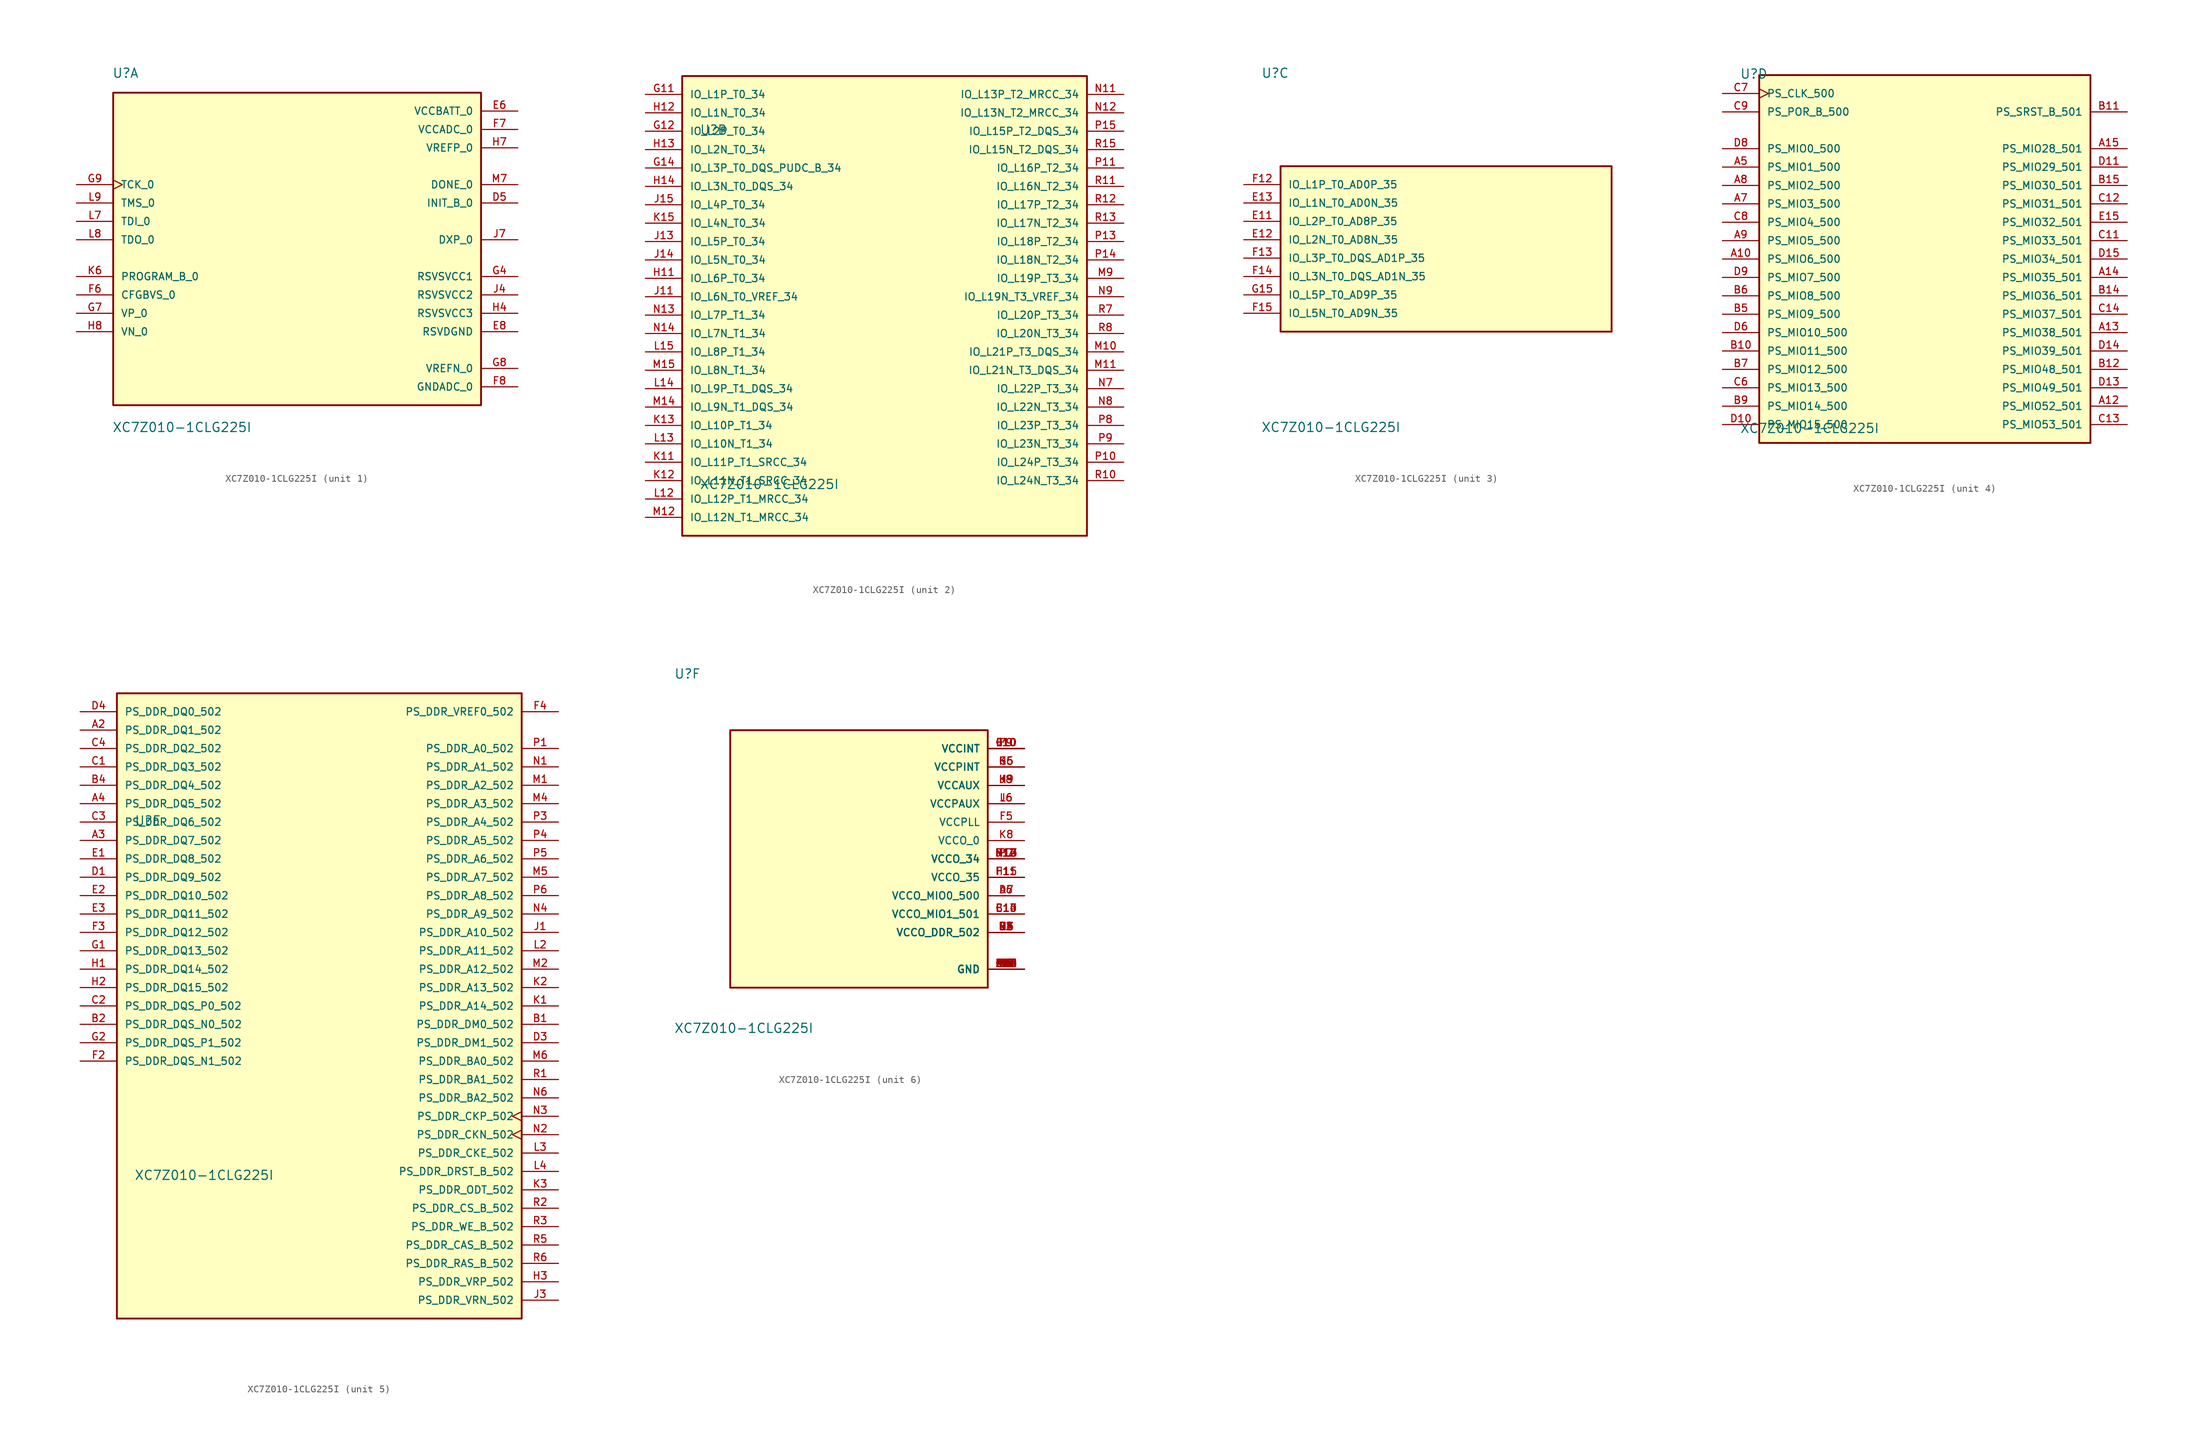
<source format=kicad_sym>
(kicad_symbol_lib
  (version 20231120)
  (generator "kicad_symbol_editor")
  (generator_version "8.0")
  (symbol "XC7Z010-1CLG225I"
    (pin_names
      (offset 1.016))
    (property "Reference" "U"
      (at -25.546 24.82 0)
      (effects (font (size 1.27 1.27)) (justify left bottom)))
    (property "Value" "XC7Z010-1CLG225I"
      (at -25.547 -24.125 0)
      (effects (font (size 1.27 1.27)) (justify left bottom)))
    (symbol "XC7Z010-1CLG225I_1_0"
      (rectangle (start -25.4 -20.32) (end 25.4 22.86) (stroke (width 0.254) (type default)) (fill (type background)))
      (pin bidirectional line (at 30.48 7.62 180) (length 5.08) (name "INIT_B_0" (effects (font (size 1.016 1.016)))) (number "D5" (effects (font (size 1.016 1.016)))))
      (pin power_in line (at 30.48 20.32 180) (length 5.08) (name "VCCBATT_0" (effects (font (size 1.016 1.016)))) (number "E6" (effects (font (size 1.016 1.016)))))
      (pin passive line (at 30.48 -10.16 180) (length 5.08) (name "RSVDGND" (effects (font (size 1.016 1.016)))) (number "E8" (effects (font (size 1.016 1.016)))))
      (pin input line (at -30.48 -5.08 0) (length 5.08) (name "CFGBVS_0" (effects (font (size 1.016 1.016)))) (number "F6" (effects (font (size 1.016 1.016)))))
      (pin power_in line (at 30.48 17.78 180) (length 5.08) (name "VCCADC_0" (effects (font (size 1.016 1.016)))) (number "F7" (effects (font (size 1.016 1.016)))))
      (pin power_in line (at 30.48 -17.78 180) (length 5.08) (name "GNDADC_0" (effects (font (size 1.016 1.016)))) (number "F8" (effects (font (size 1.016 1.016)))))
      (pin passive line (at 30.48 -2.54 180) (length 5.08) (name "RSVSVCC1" (effects (font (size 1.016 1.016)))) (number "G4" (effects (font (size 1.016 1.016)))))
      (pin input line (at -30.48 -7.62 0) (length 5.08) (name "VP_0" (effects (font (size 1.016 1.016)))) (number "G7" (effects (font (size 1.016 1.016)))))
      (pin power_in line (at 30.48 -15.24 180) (length 5.08) (name "VREFN_0" (effects (font (size 1.016 1.016)))) (number "G8" (effects (font (size 1.016 1.016)))))
      (pin input clock (at -30.48 10.16 0) (length 5.08) (name "TCK_0" (effects (font (size 1.016 1.016)))) (number "G9" (effects (font (size 1.016 1.016)))))
      (pin passive line (at 30.48 -7.62 180) (length 5.08) (name "RSVSVCC3" (effects (font (size 1.016 1.016)))) (number "H4" (effects (font (size 1.016 1.016)))))
      (pin power_in line (at 30.48 15.24 180) (length 5.08) (name "VREFP_0" (effects (font (size 1.016 1.016)))) (number "H7" (effects (font (size 1.016 1.016)))))
      (pin input line (at -30.48 -10.16 0) (length 5.08) (name "VN_0" (effects (font (size 1.016 1.016)))) (number "H8" (effects (font (size 1.016 1.016)))))
      (pin passive line (at 30.48 -5.08 180) (length 5.08) (name "RSVSVCC2" (effects (font (size 1.016 1.016)))) (number "J4" (effects (font (size 1.016 1.016)))))
      (pin output line (at 30.48 2.54 180) (length 5.08) (name "DXP_0" (effects (font (size 1.016 1.016)))) (number "J7" (effects (font (size 1.016 1.016)))))
      (pin input line (at -30.48 -2.54 0) (length 5.08) (name "PROGRAM_B_0" (effects (font (size 1.016 1.016)))) (number "K6" (effects (font (size 1.016 1.016)))))
      (pin input line (at -30.48 5.08 0) (length 5.08) (name "TDI_0" (effects (font (size 1.016 1.016)))) (number "L7" (effects (font (size 1.016 1.016)))))
      (pin output line (at -30.48 2.54 0) (length 5.08) (name "TDO_0" (effects (font (size 1.016 1.016)))) (number "L8" (effects (font (size 1.016 1.016)))))
      (pin input line (at -30.48 7.62 0) (length 5.08) (name "TMS_0" (effects (font (size 1.016 1.016)))) (number "L9" (effects (font (size 1.016 1.016)))))
      (pin bidirectional line (at 30.48 10.16 180) (length 5.08) (name "DONE_0" (effects (font (size 1.016 1.016)))) (number "M7" (effects (font (size 1.016 1.016))))))
    (symbol "XC7Z010-1CLG225I_2_0"
      (rectangle (start -27.94 -30.48) (end 27.94 33.02) (stroke (width 0.254) (type default)) (fill (type background)))
      (pin bidirectional line (at -33.02 30.48 0) (length 5.08) (name "IO_L1P_T0_34" (effects (font (size 1.016 1.016)))) (number "G11" (effects (font (size 1.016 1.016)))))
      (pin bidirectional line (at -33.02 25.4 0) (length 5.08) (name "IO_L2P_T0_34" (effects (font (size 1.016 1.016)))) (number "G12" (effects (font (size 1.016 1.016)))))
      (pin bidirectional line (at -33.02 20.32 0) (length 5.08) (name "IO_L3P_T0_DQS_PUDC_B_34" (effects (font (size 1.016 1.016)))) (number "G14" (effects (font (size 1.016 1.016)))))
      (pin bidirectional line (at -33.02 5.08 0) (length 5.08) (name "IO_L6P_T0_34" (effects (font (size 1.016 1.016)))) (number "H11" (effects (font (size 1.016 1.016)))))
      (pin bidirectional line (at -33.02 27.94 0) (length 5.08) (name "IO_L1N_T0_34" (effects (font (size 1.016 1.016)))) (number "H12" (effects (font (size 1.016 1.016)))))
      (pin bidirectional line (at -33.02 22.86 0) (length 5.08) (name "IO_L2N_T0_34" (effects (font (size 1.016 1.016)))) (number "H13" (effects (font (size 1.016 1.016)))))
      (pin bidirectional line (at -33.02 17.78 0) (length 5.08) (name "IO_L3N_T0_DQS_34" (effects (font (size 1.016 1.016)))) (number "H14" (effects (font (size 1.016 1.016)))))
      (pin bidirectional line (at -33.02 2.54 0) (length 5.08) (name "IO_L6N_T0_VREF_34" (effects (font (size 1.016 1.016)))) (number "J11" (effects (font (size 1.016 1.016)))))
      (pin bidirectional line (at -33.02 10.16 0) (length 5.08) (name "IO_L5P_T0_34" (effects (font (size 1.016 1.016)))) (number "J13" (effects (font (size 1.016 1.016)))))
      (pin bidirectional line (at -33.02 7.62 0) (length 5.08) (name "IO_L5N_T0_34" (effects (font (size 1.016 1.016)))) (number "J14" (effects (font (size 1.016 1.016)))))
      (pin bidirectional line (at -33.02 15.24 0) (length 5.08) (name "IO_L4P_T0_34" (effects (font (size 1.016 1.016)))) (number "J15" (effects (font (size 1.016 1.016)))))
      (pin bidirectional line (at -33.02 -20.32 0) (length 5.08) (name "IO_L11P_T1_SRCC_34" (effects (font (size 1.016 1.016)))) (number "K11" (effects (font (size 1.016 1.016)))))
      (pin bidirectional line (at -33.02 -22.86 0) (length 5.08) (name "IO_L11N_T1_SRCC_34" (effects (font (size 1.016 1.016)))) (number "K12" (effects (font (size 1.016 1.016)))))
      (pin bidirectional line (at -33.02 -15.24 0) (length 5.08) (name "IO_L10P_T1_34" (effects (font (size 1.016 1.016)))) (number "K13" (effects (font (size 1.016 1.016)))))
      (pin bidirectional line (at -33.02 12.7 0) (length 5.08) (name "IO_L4N_T0_34" (effects (font (size 1.016 1.016)))) (number "K15" (effects (font (size 1.016 1.016)))))
      (pin bidirectional line (at -33.02 -25.4 0) (length 5.08) (name "IO_L12P_T1_MRCC_34" (effects (font (size 1.016 1.016)))) (number "L12" (effects (font (size 1.016 1.016)))))
      (pin bidirectional line (at -33.02 -17.78 0) (length 5.08) (name "IO_L10N_T1_34" (effects (font (size 1.016 1.016)))) (number "L13" (effects (font (size 1.016 1.016)))))
      (pin bidirectional line (at -33.02 -10.16 0) (length 5.08) (name "IO_L9P_T1_DQS_34" (effects (font (size 1.016 1.016)))) (number "L14" (effects (font (size 1.016 1.016)))))
      (pin bidirectional line (at -33.02 -5.08 0) (length 5.08) (name "IO_L8P_T1_34" (effects (font (size 1.016 1.016)))) (number "L15" (effects (font (size 1.016 1.016)))))
      (pin bidirectional line (at 33.02 -5.08 180) (length 5.08) (name "IO_L21P_T3_DQS_34" (effects (font (size 1.016 1.016)))) (number "M10" (effects (font (size 1.016 1.016)))))
      (pin bidirectional line (at 33.02 -7.62 180) (length 5.08) (name "IO_L21N_T3_DQS_34" (effects (font (size 1.016 1.016)))) (number "M11" (effects (font (size 1.016 1.016)))))
      (pin bidirectional line (at -33.02 -27.94 0) (length 5.08) (name "IO_L12N_T1_MRCC_34" (effects (font (size 1.016 1.016)))) (number "M12" (effects (font (size 1.016 1.016)))))
      (pin bidirectional line (at -33.02 -12.7 0) (length 5.08) (name "IO_L9N_T1_DQS_34" (effects (font (size 1.016 1.016)))) (number "M14" (effects (font (size 1.016 1.016)))))
      (pin bidirectional line (at -33.02 -7.62 0) (length 5.08) (name "IO_L8N_T1_34" (effects (font (size 1.016 1.016)))) (number "M15" (effects (font (size 1.016 1.016)))))
      (pin bidirectional line (at 33.02 5.08 180) (length 5.08) (name "IO_L19P_T3_34" (effects (font (size 1.016 1.016)))) (number "M9" (effects (font (size 1.016 1.016)))))
      (pin bidirectional line (at 33.02 30.48 180) (length 5.08) (name "IO_L13P_T2_MRCC_34" (effects (font (size 1.016 1.016)))) (number "N11" (effects (font (size 1.016 1.016)))))
      (pin bidirectional line (at 33.02 27.94 180) (length 5.08) (name "IO_L13N_T2_MRCC_34" (effects (font (size 1.016 1.016)))) (number "N12" (effects (font (size 1.016 1.016)))))
      (pin bidirectional line (at -33.02 0 0) (length 5.08) (name "IO_L7P_T1_34" (effects (font (size 1.016 1.016)))) (number "N13" (effects (font (size 1.016 1.016)))))
      (pin bidirectional line (at -33.02 -2.54 0) (length 5.08) (name "IO_L7N_T1_34" (effects (font (size 1.016 1.016)))) (number "N14" (effects (font (size 1.016 1.016)))))
      (pin bidirectional line (at 33.02 -10.16 180) (length 5.08) (name "IO_L22P_T3_34" (effects (font (size 1.016 1.016)))) (number "N7" (effects (font (size 1.016 1.016)))))
      (pin bidirectional line (at 33.02 -12.7 180) (length 5.08) (name "IO_L22N_T3_34" (effects (font (size 1.016 1.016)))) (number "N8" (effects (font (size 1.016 1.016)))))
      (pin bidirectional line (at 33.02 2.54 180) (length 5.08) (name "IO_L19N_T3_VREF_34" (effects (font (size 1.016 1.016)))) (number "N9" (effects (font (size 1.016 1.016)))))
      (pin bidirectional line (at 33.02 -20.32 180) (length 5.08) (name "IO_L24P_T3_34" (effects (font (size 1.016 1.016)))) (number "P10" (effects (font (size 1.016 1.016)))))
      (pin bidirectional line (at 33.02 20.32 180) (length 5.08) (name "IO_L16P_T2_34" (effects (font (size 1.016 1.016)))) (number "P11" (effects (font (size 1.016 1.016)))))
      (pin bidirectional line (at 33.02 10.16 180) (length 5.08) (name "IO_L18P_T2_34" (effects (font (size 1.016 1.016)))) (number "P13" (effects (font (size 1.016 1.016)))))
      (pin bidirectional line (at 33.02 7.62 180) (length 5.08) (name "IO_L18N_T2_34" (effects (font (size 1.016 1.016)))) (number "P14" (effects (font (size 1.016 1.016)))))
      (pin bidirectional line (at 33.02 25.4 180) (length 5.08) (name "IO_L15P_T2_DQS_34" (effects (font (size 1.016 1.016)))) (number "P15" (effects (font (size 1.016 1.016)))))
      (pin bidirectional line (at 33.02 -15.24 180) (length 5.08) (name "IO_L23P_T3_34" (effects (font (size 1.016 1.016)))) (number "P8" (effects (font (size 1.016 1.016)))))
      (pin bidirectional line (at 33.02 -17.78 180) (length 5.08) (name "IO_L23N_T3_34" (effects (font (size 1.016 1.016)))) (number "P9" (effects (font (size 1.016 1.016)))))
      (pin bidirectional line (at 33.02 -22.86 180) (length 5.08) (name "IO_L24N_T3_34" (effects (font (size 1.016 1.016)))) (number "R10" (effects (font (size 1.016 1.016)))))
      (pin bidirectional line (at 33.02 17.78 180) (length 5.08) (name "IO_L16N_T2_34" (effects (font (size 1.016 1.016)))) (number "R11" (effects (font (size 1.016 1.016)))))
      (pin bidirectional line (at 33.02 15.24 180) (length 5.08) (name "IO_L17P_T2_34" (effects (font (size 1.016 1.016)))) (number "R12" (effects (font (size 1.016 1.016)))))
      (pin bidirectional line (at 33.02 12.7 180) (length 5.08) (name "IO_L17N_T2_34" (effects (font (size 1.016 1.016)))) (number "R13" (effects (font (size 1.016 1.016)))))
      (pin bidirectional line (at 33.02 22.86 180) (length 5.08) (name "IO_L15N_T2_DQS_34" (effects (font (size 1.016 1.016)))) (number "R15" (effects (font (size 1.016 1.016)))))
      (pin bidirectional line (at 33.02 0 180) (length 5.08) (name "IO_L20P_T3_34" (effects (font (size 1.016 1.016)))) (number "R7" (effects (font (size 1.016 1.016)))))
      (pin bidirectional line (at 33.02 -2.54 180) (length 5.08) (name "IO_L20N_T3_34" (effects (font (size 1.016 1.016)))) (number "R8" (effects (font (size 1.016 1.016))))))
    (symbol "XC7Z010-1CLG225I_3_0"
      (rectangle (start -22.86 -10.16) (end 22.86 12.7) (stroke (width 0.254) (type default)) (fill (type background)))
      (pin bidirectional line (at -27.94 5.08 0) (length 5.08) (name "IO_L2P_T0_AD8P_35" (effects (font (size 1.016 1.016)))) (number "E11" (effects (font (size 1.016 1.016)))))
      (pin bidirectional line (at -27.94 2.54 0) (length 5.08) (name "IO_L2N_T0_AD8N_35" (effects (font (size 1.016 1.016)))) (number "E12" (effects (font (size 1.016 1.016)))))
      (pin bidirectional line (at -27.94 7.62 0) (length 5.08) (name "IO_L1N_T0_AD0N_35" (effects (font (size 1.016 1.016)))) (number "E13" (effects (font (size 1.016 1.016)))))
      (pin bidirectional line (at -27.94 10.16 0) (length 5.08) (name "IO_L1P_T0_AD0P_35" (effects (font (size 1.016 1.016)))) (number "F12" (effects (font (size 1.016 1.016)))))
      (pin bidirectional line (at -27.94 0 0) (length 5.08) (name "IO_L3P_T0_DQS_AD1P_35" (effects (font (size 1.016 1.016)))) (number "F13" (effects (font (size 1.016 1.016)))))
      (pin bidirectional line (at -27.94 -2.54 0) (length 5.08) (name "IO_L3N_T0_DQS_AD1N_35" (effects (font (size 1.016 1.016)))) (number "F14" (effects (font (size 1.016 1.016)))))
      (pin bidirectional line (at -27.94 -7.62 0) (length 5.08) (name "IO_L5N_T0_AD9N_35" (effects (font (size 1.016 1.016)))) (number "F15" (effects (font (size 1.016 1.016)))))
      (pin bidirectional line (at -27.94 -5.08 0) (length 5.08) (name "IO_L5P_T0_AD9P_35" (effects (font (size 1.016 1.016)))) (number "G15" (effects (font (size 1.016 1.016))))))
    (symbol "XC7Z010-1CLG225I_4_0"
      (rectangle (start -22.86 -25.4) (end 22.86 25.4) (stroke (width 0.254) (type default)) (fill (type background)))
      (pin bidirectional line (at -27.94 0 0) (length 5.08) (name "PS_MIO6_500" (effects (font (size 1.016 1.016)))) (number "A10" (effects (font (size 1.016 1.016)))))
      (pin bidirectional line (at 27.94 -20.32 180) (length 5.08) (name "PS_MIO52_501" (effects (font (size 1.016 1.016)))) (number "A12" (effects (font (size 1.016 1.016)))))
      (pin bidirectional line (at 27.94 -10.16 180) (length 5.08) (name "PS_MIO38_501" (effects (font (size 1.016 1.016)))) (number "A13" (effects (font (size 1.016 1.016)))))
      (pin bidirectional line (at 27.94 -2.54 180) (length 5.08) (name "PS_MIO35_501" (effects (font (size 1.016 1.016)))) (number "A14" (effects (font (size 1.016 1.016)))))
      (pin bidirectional line (at 27.94 15.24 180) (length 5.08) (name "PS_MIO28_501" (effects (font (size 1.016 1.016)))) (number "A15" (effects (font (size 1.016 1.016)))))
      (pin bidirectional line (at -27.94 12.7 0) (length 5.08) (name "PS_MIO1_500" (effects (font (size 1.016 1.016)))) (number "A5" (effects (font (size 1.016 1.016)))))
      (pin bidirectional line (at -27.94 7.62 0) (length 5.08) (name "PS_MIO3_500" (effects (font (size 1.016 1.016)))) (number "A7" (effects (font (size 1.016 1.016)))))
      (pin bidirectional line (at -27.94 10.16 0) (length 5.08) (name "PS_MIO2_500" (effects (font (size 1.016 1.016)))) (number "A8" (effects (font (size 1.016 1.016)))))
      (pin bidirectional line (at -27.94 2.54 0) (length 5.08) (name "PS_MIO5_500" (effects (font (size 1.016 1.016)))) (number "A9" (effects (font (size 1.016 1.016)))))
      (pin bidirectional line (at -27.94 -12.7 0) (length 5.08) (name "PS_MIO11_500" (effects (font (size 1.016 1.016)))) (number "B10" (effects (font (size 1.016 1.016)))))
      (pin input line (at 27.94 20.32 180) (length 5.08) (name "PS_SRST_B_501" (effects (font (size 1.016 1.016)))) (number "B11" (effects (font (size 1.016 1.016)))))
      (pin bidirectional line (at 27.94 -15.24 180) (length 5.08) (name "PS_MIO48_501" (effects (font (size 1.016 1.016)))) (number "B12" (effects (font (size 1.016 1.016)))))
      (pin bidirectional line (at 27.94 -5.08 180) (length 5.08) (name "PS_MIO36_501" (effects (font (size 1.016 1.016)))) (number "B14" (effects (font (size 1.016 1.016)))))
      (pin bidirectional line (at 27.94 10.16 180) (length 5.08) (name "PS_MIO30_501" (effects (font (size 1.016 1.016)))) (number "B15" (effects (font (size 1.016 1.016)))))
      (pin bidirectional line (at -27.94 -7.62 0) (length 5.08) (name "PS_MIO9_500" (effects (font (size 1.016 1.016)))) (number "B5" (effects (font (size 1.016 1.016)))))
      (pin bidirectional line (at -27.94 -5.08 0) (length 5.08) (name "PS_MIO8_500" (effects (font (size 1.016 1.016)))) (number "B6" (effects (font (size 1.016 1.016)))))
      (pin bidirectional line (at -27.94 -15.24 0) (length 5.08) (name "PS_MIO12_500" (effects (font (size 1.016 1.016)))) (number "B7" (effects (font (size 1.016 1.016)))))
      (pin bidirectional line (at -27.94 -20.32 0) (length 5.08) (name "PS_MIO14_500" (effects (font (size 1.016 1.016)))) (number "B9" (effects (font (size 1.016 1.016)))))
      (pin bidirectional line (at 27.94 2.54 180) (length 5.08) (name "PS_MIO33_501" (effects (font (size 1.016 1.016)))) (number "C11" (effects (font (size 1.016 1.016)))))
      (pin bidirectional line (at 27.94 7.62 180) (length 5.08) (name "PS_MIO31_501" (effects (font (size 1.016 1.016)))) (number "C12" (effects (font (size 1.016 1.016)))))
      (pin bidirectional line (at 27.94 -22.86 180) (length 5.08) (name "PS_MIO53_501" (effects (font (size 1.016 1.016)))) (number "C13" (effects (font (size 1.016 1.016)))))
      (pin bidirectional line (at 27.94 -7.62 180) (length 5.08) (name "PS_MIO37_501" (effects (font (size 1.016 1.016)))) (number "C14" (effects (font (size 1.016 1.016)))))
      (pin bidirectional line (at -27.94 -17.78 0) (length 5.08) (name "PS_MIO13_500" (effects (font (size 1.016 1.016)))) (number "C6" (effects (font (size 1.016 1.016)))))
      (pin input clock (at -27.94 22.86 0) (length 5.08) (name "PS_CLK_500" (effects (font (size 1.016 1.016)))) (number "C7" (effects (font (size 1.016 1.016)))))
      (pin bidirectional line (at -27.94 5.08 0) (length 5.08) (name "PS_MIO4_500" (effects (font (size 1.016 1.016)))) (number "C8" (effects (font (size 1.016 1.016)))))
      (pin input line (at -27.94 20.32 0) (length 5.08) (name "PS_POR_B_500" (effects (font (size 1.016 1.016)))) (number "C9" (effects (font (size 1.016 1.016)))))
      (pin bidirectional line (at -27.94 -22.86 0) (length 5.08) (name "PS_MIO15_500" (effects (font (size 1.016 1.016)))) (number "D10" (effects (font (size 1.016 1.016)))))
      (pin bidirectional line (at 27.94 12.7 180) (length 5.08) (name "PS_MIO29_501" (effects (font (size 1.016 1.016)))) (number "D11" (effects (font (size 1.016 1.016)))))
      (pin bidirectional line (at 27.94 -17.78 180) (length 5.08) (name "PS_MIO49_501" (effects (font (size 1.016 1.016)))) (number "D13" (effects (font (size 1.016 1.016)))))
      (pin bidirectional line (at 27.94 -12.7 180) (length 5.08) (name "PS_MIO39_501" (effects (font (size 1.016 1.016)))) (number "D14" (effects (font (size 1.016 1.016)))))
      (pin bidirectional line (at 27.94 0 180) (length 5.08) (name "PS_MIO34_501" (effects (font (size 1.016 1.016)))) (number "D15" (effects (font (size 1.016 1.016)))))
      (pin bidirectional line (at -27.94 -10.16 0) (length 5.08) (name "PS_MIO10_500" (effects (font (size 1.016 1.016)))) (number "D6" (effects (font (size 1.016 1.016)))))
      (pin bidirectional line (at -27.94 15.24 0) (length 5.08) (name "PS_MIO0_500" (effects (font (size 1.016 1.016)))) (number "D8" (effects (font (size 1.016 1.016)))))
      (pin bidirectional line (at -27.94 -2.54 0) (length 5.08) (name "PS_MIO7_500" (effects (font (size 1.016 1.016)))) (number "D9" (effects (font (size 1.016 1.016)))))
      (pin bidirectional line (at 27.94 5.08 180) (length 5.08) (name "PS_MIO32_501" (effects (font (size 1.016 1.016)))) (number "E15" (effects (font (size 1.016 1.016))))))
    (symbol "XC7Z010-1CLG225I_5_0"
      (rectangle (start -27.94 -43.18) (end 27.94 43.18) (stroke (width 0.254) (type default)) (fill (type background)))
      (pin bidirectional line (at -33.02 38.1 0) (length 5.08) (name "PS_DDR_DQ1_502" (effects (font (size 1.016 1.016)))) (number "A2" (effects (font (size 1.016 1.016)))))
      (pin bidirectional line (at -33.02 22.86 0) (length 5.08) (name "PS_DDR_DQ7_502" (effects (font (size 1.016 1.016)))) (number "A3" (effects (font (size 1.016 1.016)))))
      (pin bidirectional line (at -33.02 27.94 0) (length 5.08) (name "PS_DDR_DQ5_502" (effects (font (size 1.016 1.016)))) (number "A4" (effects (font (size 1.016 1.016)))))
      (pin output line (at 33.02 -2.54 180) (length 5.08) (name "PS_DDR_DM0_502" (effects (font (size 1.016 1.016)))) (number "B1" (effects (font (size 1.016 1.016)))))
      (pin bidirectional line (at -33.02 -2.54 0) (length 5.08) (name "PS_DDR_DQS_N0_502" (effects (font (size 1.016 1.016)))) (number "B2" (effects (font (size 1.016 1.016)))))
      (pin bidirectional line (at -33.02 30.48 0) (length 5.08) (name "PS_DDR_DQ4_502" (effects (font (size 1.016 1.016)))) (number "B4" (effects (font (size 1.016 1.016)))))
      (pin bidirectional line (at -33.02 33.02 0) (length 5.08) (name "PS_DDR_DQ3_502" (effects (font (size 1.016 1.016)))) (number "C1" (effects (font (size 1.016 1.016)))))
      (pin bidirectional line (at -33.02 0 0) (length 5.08) (name "PS_DDR_DQS_P0_502" (effects (font (size 1.016 1.016)))) (number "C2" (effects (font (size 1.016 1.016)))))
      (pin bidirectional line (at -33.02 25.4 0) (length 5.08) (name "PS_DDR_DQ6_502" (effects (font (size 1.016 1.016)))) (number "C3" (effects (font (size 1.016 1.016)))))
      (pin bidirectional line (at -33.02 35.56 0) (length 5.08) (name "PS_DDR_DQ2_502" (effects (font (size 1.016 1.016)))) (number "C4" (effects (font (size 1.016 1.016)))))
      (pin bidirectional line (at -33.02 17.78 0) (length 5.08) (name "PS_DDR_DQ9_502" (effects (font (size 1.016 1.016)))) (number "D1" (effects (font (size 1.016 1.016)))))
      (pin output line (at 33.02 -5.08 180) (length 5.08) (name "PS_DDR_DM1_502" (effects (font (size 1.016 1.016)))) (number "D3" (effects (font (size 1.016 1.016)))))
      (pin bidirectional line (at -33.02 40.64 0) (length 5.08) (name "PS_DDR_DQ0_502" (effects (font (size 1.016 1.016)))) (number "D4" (effects (font (size 1.016 1.016)))))
      (pin bidirectional line (at -33.02 20.32 0) (length 5.08) (name "PS_DDR_DQ8_502" (effects (font (size 1.016 1.016)))) (number "E1" (effects (font (size 1.016 1.016)))))
      (pin bidirectional line (at -33.02 15.24 0) (length 5.08) (name "PS_DDR_DQ10_502" (effects (font (size 1.016 1.016)))) (number "E2" (effects (font (size 1.016 1.016)))))
      (pin bidirectional line (at -33.02 12.7 0) (length 5.08) (name "PS_DDR_DQ11_502" (effects (font (size 1.016 1.016)))) (number "E3" (effects (font (size 1.016 1.016)))))
      (pin bidirectional line (at -33.02 -7.62 0) (length 5.08) (name "PS_DDR_DQS_N1_502" (effects (font (size 1.016 1.016)))) (number "F2" (effects (font (size 1.016 1.016)))))
      (pin bidirectional line (at -33.02 10.16 0) (length 5.08) (name "PS_DDR_DQ12_502" (effects (font (size 1.016 1.016)))) (number "F3" (effects (font (size 1.016 1.016)))))
      (pin power_in line (at 33.02 40.64 180) (length 5.08) (name "PS_DDR_VREF0_502" (effects (font (size 1.016 1.016)))) (number "F4" (effects (font (size 1.016 1.016)))))
      (pin bidirectional line (at -33.02 7.62 0) (length 5.08) (name "PS_DDR_DQ13_502" (effects (font (size 1.016 1.016)))) (number "G1" (effects (font (size 1.016 1.016)))))
      (pin bidirectional line (at -33.02 -5.08 0) (length 5.08) (name "PS_DDR_DQS_P1_502" (effects (font (size 1.016 1.016)))) (number "G2" (effects (font (size 1.016 1.016)))))
      (pin bidirectional line (at -33.02 5.08 0) (length 5.08) (name "PS_DDR_DQ14_502" (effects (font (size 1.016 1.016)))) (number "H1" (effects (font (size 1.016 1.016)))))
      (pin bidirectional line (at -33.02 2.54 0) (length 5.08) (name "PS_DDR_DQ15_502" (effects (font (size 1.016 1.016)))) (number "H2" (effects (font (size 1.016 1.016)))))
      (pin output line (at 33.02 -38.1 180) (length 5.08) (name "PS_DDR_VRP_502" (effects (font (size 1.016 1.016)))) (number "H3" (effects (font (size 1.016 1.016)))))
      (pin output line (at 33.02 10.16 180) (length 5.08) (name "PS_DDR_A10_502" (effects (font (size 1.016 1.016)))) (number "J1" (effects (font (size 1.016 1.016)))))
      (pin output line (at 33.02 -40.64 180) (length 5.08) (name "PS_DDR_VRN_502" (effects (font (size 1.016 1.016)))) (number "J3" (effects (font (size 1.016 1.016)))))
      (pin output line (at 33.02 0 180) (length 5.08) (name "PS_DDR_A14_502" (effects (font (size 1.016 1.016)))) (number "K1" (effects (font (size 1.016 1.016)))))
      (pin output line (at 33.02 2.54 180) (length 5.08) (name "PS_DDR_A13_502" (effects (font (size 1.016 1.016)))) (number "K2" (effects (font (size 1.016 1.016)))))
      (pin output line (at 33.02 -25.4 180) (length 5.08) (name "PS_DDR_ODT_502" (effects (font (size 1.016 1.016)))) (number "K3" (effects (font (size 1.016 1.016)))))
      (pin output line (at 33.02 7.62 180) (length 5.08) (name "PS_DDR_A11_502" (effects (font (size 1.016 1.016)))) (number "L2" (effects (font (size 1.016 1.016)))))
      (pin output line (at 33.02 -20.32 180) (length 5.08) (name "PS_DDR_CKE_502" (effects (font (size 1.016 1.016)))) (number "L3" (effects (font (size 1.016 1.016)))))
      (pin output line (at 33.02 -22.86 180) (length 5.08) (name "PS_DDR_DRST_B_502" (effects (font (size 1.016 1.016)))) (number "L4" (effects (font (size 1.016 1.016)))))
      (pin output line (at 33.02 30.48 180) (length 5.08) (name "PS_DDR_A2_502" (effects (font (size 1.016 1.016)))) (number "M1" (effects (font (size 1.016 1.016)))))
      (pin output line (at 33.02 5.08 180) (length 5.08) (name "PS_DDR_A12_502" (effects (font (size 1.016 1.016)))) (number "M2" (effects (font (size 1.016 1.016)))))
      (pin output line (at 33.02 27.94 180) (length 5.08) (name "PS_DDR_A3_502" (effects (font (size 1.016 1.016)))) (number "M4" (effects (font (size 1.016 1.016)))))
      (pin output line (at 33.02 17.78 180) (length 5.08) (name "PS_DDR_A7_502" (effects (font (size 1.016 1.016)))) (number "M5" (effects (font (size 1.016 1.016)))))
      (pin output line (at 33.02 -7.62 180) (length 5.08) (name "PS_DDR_BA0_502" (effects (font (size 1.016 1.016)))) (number "M6" (effects (font (size 1.016 1.016)))))
      (pin output line (at 33.02 33.02 180) (length 5.08) (name "PS_DDR_A1_502" (effects (font (size 1.016 1.016)))) (number "N1" (effects (font (size 1.016 1.016)))))
      (pin output clock (at 33.02 -17.78 180) (length 5.08) (name "PS_DDR_CKN_502" (effects (font (size 1.016 1.016)))) (number "N2" (effects (font (size 1.016 1.016)))))
      (pin output clock (at 33.02 -15.24 180) (length 5.08) (name "PS_DDR_CKP_502" (effects (font (size 1.016 1.016)))) (number "N3" (effects (font (size 1.016 1.016)))))
      (pin output line (at 33.02 12.7 180) (length 5.08) (name "PS_DDR_A9_502" (effects (font (size 1.016 1.016)))) (number "N4" (effects (font (size 1.016 1.016)))))
      (pin output line (at 33.02 -12.7 180) (length 5.08) (name "PS_DDR_BA2_502" (effects (font (size 1.016 1.016)))) (number "N6" (effects (font (size 1.016 1.016)))))
      (pin output line (at 33.02 35.56 180) (length 5.08) (name "PS_DDR_A0_502" (effects (font (size 1.016 1.016)))) (number "P1" (effects (font (size 1.016 1.016)))))
      (pin output line (at 33.02 25.4 180) (length 5.08) (name "PS_DDR_A4_502" (effects (font (size 1.016 1.016)))) (number "P3" (effects (font (size 1.016 1.016)))))
      (pin output line (at 33.02 22.86 180) (length 5.08) (name "PS_DDR_A5_502" (effects (font (size 1.016 1.016)))) (number "P4" (effects (font (size 1.016 1.016)))))
      (pin output line (at 33.02 20.32 180) (length 5.08) (name "PS_DDR_A6_502" (effects (font (size 1.016 1.016)))) (number "P5" (effects (font (size 1.016 1.016)))))
      (pin output line (at 33.02 15.24 180) (length 5.08) (name "PS_DDR_A8_502" (effects (font (size 1.016 1.016)))) (number "P6" (effects (font (size 1.016 1.016)))))
      (pin output line (at 33.02 -10.16 180) (length 5.08) (name "PS_DDR_BA1_502" (effects (font (size 1.016 1.016)))) (number "R1" (effects (font (size 1.016 1.016)))))
      (pin output line (at 33.02 -27.94 180) (length 5.08) (name "PS_DDR_CS_B_502" (effects (font (size 1.016 1.016)))) (number "R2" (effects (font (size 1.016 1.016)))))
      (pin output line (at 33.02 -30.48 180) (length 5.08) (name "PS_DDR_WE_B_502" (effects (font (size 1.016 1.016)))) (number "R3" (effects (font (size 1.016 1.016)))))
      (pin output line (at 33.02 -33.02 180) (length 5.08) (name "PS_DDR_CAS_B_502" (effects (font (size 1.016 1.016)))) (number "R5" (effects (font (size 1.016 1.016)))))
      (pin output line (at 33.02 -35.56 180) (length 5.08) (name "PS_DDR_RAS_B_502" (effects (font (size 1.016 1.016)))) (number "R6" (effects (font (size 1.016 1.016))))))
    (symbol "XC7Z010-1CLG225I_6_0"
      (rectangle (start -17.78 -17.78) (end 17.78 17.78) (stroke (width 0.254) (type default)) (fill (type background)))
      (pin power_in line (at 22.86 -15.24 180) (length 5.08) (name "GND" (effects (font (size 1.016 1.016)))) (number "A1" (effects (font (size 1.016 1.016)))))
      (pin power_in line (at 22.86 -15.24 180) (length 5.08) (name "GND" (effects (font (size 1.016 1.016)))) (number "A11" (effects (font (size 1.016 1.016)))))
      (pin power_in line (at 22.86 -5.08 180) (length 5.08) (name "VCCO_MIO0_500" (effects (font (size 1.016 1.016)))) (number "A6" (effects (font (size 1.016 1.016)))))
      (pin power_in line (at 22.86 -7.62 180) (length 5.08) (name "VCCO_MIO1_501" (effects (font (size 1.016 1.016)))) (number "B13" (effects (font (size 1.016 1.016)))))
      (pin power_in line (at 22.86 -10.16 180) (length 5.08) (name "VCCO_DDR_502" (effects (font (size 1.016 1.016)))) (number "B3" (effects (font (size 1.016 1.016)))))
      (pin power_in line (at 22.86 -15.24 180) (length 5.08) (name "GND" (effects (font (size 1.016 1.016)))) (number "B8" (effects (font (size 1.016 1.016)))))
      (pin power_in line (at 22.86 -7.62 180) (length 5.08) (name "VCCO_MIO1_501" (effects (font (size 1.016 1.016)))) (number "C10" (effects (font (size 1.016 1.016)))))
      (pin power_in line (at 22.86 -15.24 180) (length 5.08) (name "GND" (effects (font (size 1.016 1.016)))) (number "C15" (effects (font (size 1.016 1.016)))))
      (pin power_in line (at 22.86 -15.24 180) (length 5.08) (name "GND" (effects (font (size 1.016 1.016)))) (number "C5" (effects (font (size 1.016 1.016)))))
      (pin power_in line (at 22.86 -15.24 180) (length 5.08) (name "GND" (effects (font (size 1.016 1.016)))) (number "D12" (effects (font (size 1.016 1.016)))))
      (pin power_in line (at 22.86 -15.24 180) (length 5.08) (name "GND" (effects (font (size 1.016 1.016)))) (number "D2" (effects (font (size 1.016 1.016)))))
      (pin power_in line (at 22.86 -5.08 180) (length 5.08) (name "VCCO_MIO0_500" (effects (font (size 1.016 1.016)))) (number "D7" (effects (font (size 1.016 1.016)))))
      (pin power_in line (at 22.86 15.24 180) (length 5.08) (name "VCCINT" (effects (font (size 1.016 1.016)))) (number "E10" (effects (font (size 1.016 1.016)))))
      (pin power_in line (at 22.86 -7.62 180) (length 5.08) (name "VCCO_MIO1_501" (effects (font (size 1.016 1.016)))) (number "E14" (effects (font (size 1.016 1.016)))))
      (pin power_in line (at 22.86 -10.16 180) (length 5.08) (name "VCCO_DDR_502" (effects (font (size 1.016 1.016)))) (number "E4" (effects (font (size 1.016 1.016)))))
      (pin power_in line (at 22.86 -15.24 180) (length 5.08) (name "GND" (effects (font (size 1.016 1.016)))) (number "E5" (effects (font (size 1.016 1.016)))))
      (pin power_in line (at 22.86 -15.24 180) (length 5.08) (name "GND" (effects (font (size 1.016 1.016)))) (number "E7" (effects (font (size 1.016 1.016)))))
      (pin power_in line (at 22.86 -15.24 180) (length 5.08) (name "GND" (effects (font (size 1.016 1.016)))) (number "E9" (effects (font (size 1.016 1.016)))))
      (pin power_in line (at 22.86 -10.16 180) (length 5.08) (name "VCCO_DDR_502" (effects (font (size 1.016 1.016)))) (number "F1" (effects (font (size 1.016 1.016)))))
      (pin power_in line (at 22.86 -15.24 180) (length 5.08) (name "GND" (effects (font (size 1.016 1.016)))) (number "F10" (effects (font (size 1.016 1.016)))))
      (pin power_in line (at 22.86 -2.54 180) (length 5.08) (name "VCCO_35" (effects (font (size 1.016 1.016)))) (number "F11" (effects (font (size 1.016 1.016)))))
      (pin power_in line (at 22.86 5.08 180) (length 5.08) (name "VCCPLL" (effects (font (size 1.016 1.016)))) (number "F5" (effects (font (size 1.016 1.016)))))
      (pin power_in line (at 22.86 15.24 180) (length 5.08) (name "VCCINT" (effects (font (size 1.016 1.016)))) (number "F9" (effects (font (size 1.016 1.016)))))
      (pin power_in line (at 22.86 15.24 180) (length 5.08) (name "VCCINT" (effects (font (size 1.016 1.016)))) (number "G10" (effects (font (size 1.016 1.016)))))
      (pin power_in line (at 22.86 -15.24 180) (length 5.08) (name "GND" (effects (font (size 1.016 1.016)))) (number "G13" (effects (font (size 1.016 1.016)))))
      (pin power_in line (at 22.86 -15.24 180) (length 5.08) (name "GND" (effects (font (size 1.016 1.016)))) (number "G3" (effects (font (size 1.016 1.016)))))
      (pin power_in line (at 22.86 -15.24 180) (length 5.08) (name "GND" (effects (font (size 1.016 1.016)))) (number "G5" (effects (font (size 1.016 1.016)))))
      (pin power_in line (at 22.86 12.7 180) (length 5.08) (name "VCCPINT" (effects (font (size 1.016 1.016)))) (number "G6" (effects (font (size 1.016 1.016)))))
      (pin power_in line (at 22.86 -15.24 180) (length 5.08) (name "GND" (effects (font (size 1.016 1.016)))) (number "H10" (effects (font (size 1.016 1.016)))))
      (pin power_in line (at 22.86 -2.54 180) (length 5.08) (name "VCCO_35" (effects (font (size 1.016 1.016)))) (number "H15" (effects (font (size 1.016 1.016)))))
      (pin power_in line (at 22.86 12.7 180) (length 5.08) (name "VCCPINT" (effects (font (size 1.016 1.016)))) (number "H5" (effects (font (size 1.016 1.016)))))
      (pin power_in line (at 22.86 -15.24 180) (length 5.08) (name "GND" (effects (font (size 1.016 1.016)))) (number "H6" (effects (font (size 1.016 1.016)))))
      (pin power_in line (at 22.86 10.16 180) (length 5.08) (name "VCCAUX" (effects (font (size 1.016 1.016)))) (number "H9" (effects (font (size 1.016 1.016)))))
      (pin power_in line (at 22.86 15.24 180) (length 5.08) (name "VCCINT" (effects (font (size 1.016 1.016)))) (number "J10" (effects (font (size 1.016 1.016)))))
      (pin power_in line (at 22.86 0 180) (length 5.08) (name "VCCO_34" (effects (font (size 1.016 1.016)))) (number "J12" (effects (font (size 1.016 1.016)))))
      (pin power_in line (at 22.86 -10.16 180) (length 5.08) (name "VCCO_DDR_502" (effects (font (size 1.016 1.016)))) (number "J2" (effects (font (size 1.016 1.016)))))
      (pin power_in line (at 22.86 -15.24 180) (length 5.08) (name "GND" (effects (font (size 1.016 1.016)))) (number "J5" (effects (font (size 1.016 1.016)))))
      (pin power_in line (at 22.86 7.62 180) (length 5.08) (name "VCCPAUX" (effects (font (size 1.016 1.016)))) (number "J6" (effects (font (size 1.016 1.016)))))
      (pin power_in line (at 22.86 10.16 180) (length 5.08) (name "VCCAUX" (effects (font (size 1.016 1.016)))) (number "J8" (effects (font (size 1.016 1.016)))))
      (pin power_in line (at 22.86 -15.24 180) (length 5.08) (name "GND" (effects (font (size 1.016 1.016)))) (number "J9" (effects (font (size 1.016 1.016)))))
      (pin power_in line (at 22.86 -15.24 180) (length 5.08) (name "GND" (effects (font (size 1.016 1.016)))) (number "K10" (effects (font (size 1.016 1.016)))))
      (pin power_in line (at 22.86 -15.24 180) (length 5.08) (name "GND" (effects (font (size 1.016 1.016)))) (number "K14" (effects (font (size 1.016 1.016)))))
      (pin power_in line (at 22.86 -15.24 180) (length 5.08) (name "GND" (effects (font (size 1.016 1.016)))) (number "K4" (effects (font (size 1.016 1.016)))))
      (pin power_in line (at 22.86 12.7 180) (length 5.08) (name "VCCPINT" (effects (font (size 1.016 1.016)))) (number "K5" (effects (font (size 1.016 1.016)))))
      (pin power_in line (at 22.86 -15.24 180) (length 5.08) (name "GND" (effects (font (size 1.016 1.016)))) (number "K7" (effects (font (size 1.016 1.016)))))
      (pin power_in line (at 22.86 2.54 180) (length 5.08) (name "VCCO_0" (effects (font (size 1.016 1.016)))) (number "K8" (effects (font (size 1.016 1.016)))))
      (pin power_in line (at 22.86 10.16 180) (length 5.08) (name "VCCAUX" (effects (font (size 1.016 1.016)))) (number "K9" (effects (font (size 1.016 1.016)))))
      (pin power_in line (at 22.86 -15.24 180) (length 5.08) (name "GND" (effects (font (size 1.016 1.016)))) (number "L1" (effects (font (size 1.016 1.016)))))
      (pin power_in line (at 22.86 15.24 180) (length 5.08) (name "VCCINT" (effects (font (size 1.016 1.016)))) (number "L10" (effects (font (size 1.016 1.016)))))
      (pin power_in line (at 22.86 -15.24 180) (length 5.08) (name "GND" (effects (font (size 1.016 1.016)))) (number "L11" (effects (font (size 1.016 1.016)))))
      (pin power_in line (at 22.86 -15.24 180) (length 5.08) (name "GND" (effects (font (size 1.016 1.016)))) (number "L5" (effects (font (size 1.016 1.016)))))
      (pin power_in line (at 22.86 7.62 180) (length 5.08) (name "VCCPAUX" (effects (font (size 1.016 1.016)))) (number "L6" (effects (font (size 1.016 1.016)))))
      (pin power_in line (at 22.86 0 180) (length 5.08) (name "VCCO_34" (effects (font (size 1.016 1.016)))) (number "M13" (effects (font (size 1.016 1.016)))))
      (pin power_in line (at 22.86 -10.16 180) (length 5.08) (name "VCCO_DDR_502" (effects (font (size 1.016 1.016)))) (number "M3" (effects (font (size 1.016 1.016)))))
      (pin power_in line (at 22.86 -15.24 180) (length 5.08) (name "GND" (effects (font (size 1.016 1.016)))) (number "M8" (effects (font (size 1.016 1.016)))))
      (pin power_in line (at 22.86 0 180) (length 5.08) (name "VCCO_34" (effects (font (size 1.016 1.016)))) (number "N10" (effects (font (size 1.016 1.016)))))
      (pin power_in line (at 22.86 -15.24 180) (length 5.08) (name "GND" (effects (font (size 1.016 1.016)))) (number "N15" (effects (font (size 1.016 1.016)))))
      (pin power_in line (at 22.86 -15.24 180) (length 5.08) (name "GND" (effects (font (size 1.016 1.016)))) (number "N5" (effects (font (size 1.016 1.016)))))
      (pin power_in line (at 22.86 -15.24 180) (length 5.08) (name "GND" (effects (font (size 1.016 1.016)))) (number "P12" (effects (font (size 1.016 1.016)))))
      (pin power_in line (at 22.86 -15.24 180) (length 5.08) (name "GND" (effects (font (size 1.016 1.016)))) (number "P2" (effects (font (size 1.016 1.016)))))
      (pin power_in line (at 22.86 0 180) (length 5.08) (name "VCCO_34" (effects (font (size 1.016 1.016)))) (number "P7" (effects (font (size 1.016 1.016)))))
      (pin power_in line (at 22.86 0 180) (length 5.08) (name "VCCO_34" (effects (font (size 1.016 1.016)))) (number "R14" (effects (font (size 1.016 1.016)))))
      (pin power_in line (at 22.86 -10.16 180) (length 5.08) (name "VCCO_DDR_502" (effects (font (size 1.016 1.016)))) (number "R4" (effects (font (size 1.016 1.016)))))
      (pin power_in line (at 22.86 -15.24 180) (length 5.08) (name "GND" (effects (font (size 1.016 1.016)))) (number "R9" (effects (font (size 1.016 1.016))))))))
</source>
